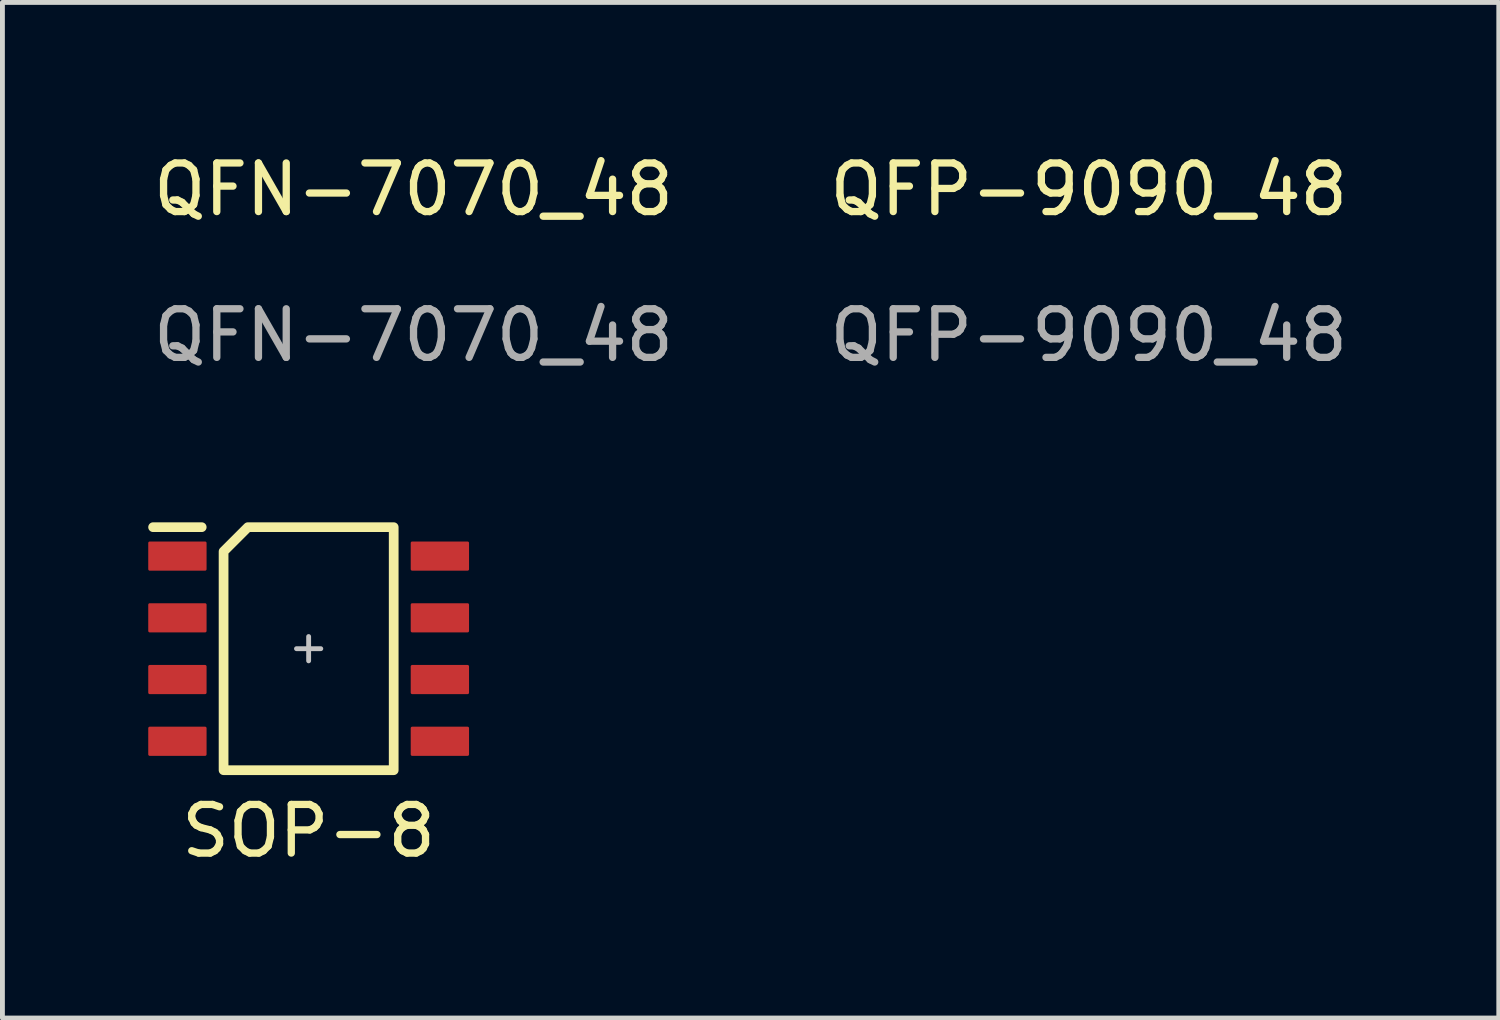
<source format=kicad_pcb>
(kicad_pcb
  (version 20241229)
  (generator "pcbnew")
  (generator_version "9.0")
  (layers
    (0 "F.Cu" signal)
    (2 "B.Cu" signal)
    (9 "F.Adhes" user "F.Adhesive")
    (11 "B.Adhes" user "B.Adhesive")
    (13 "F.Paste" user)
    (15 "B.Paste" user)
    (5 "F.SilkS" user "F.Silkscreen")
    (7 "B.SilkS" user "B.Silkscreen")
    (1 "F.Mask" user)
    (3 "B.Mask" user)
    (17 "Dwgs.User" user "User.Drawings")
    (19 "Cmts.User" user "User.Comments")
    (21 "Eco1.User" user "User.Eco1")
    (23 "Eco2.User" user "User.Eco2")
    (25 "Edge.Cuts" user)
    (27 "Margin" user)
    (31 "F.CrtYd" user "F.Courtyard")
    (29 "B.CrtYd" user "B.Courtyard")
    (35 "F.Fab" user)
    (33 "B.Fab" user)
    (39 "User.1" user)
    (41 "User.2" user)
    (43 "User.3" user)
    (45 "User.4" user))
  (footprint "SOP-8"
    (layer "F.Cu")
    (at 3.3 10.296)
    (property "Reference" "SOP-8" (at 0 3.75 0) (unlocked yes) (layer "F.SilkS") (effects (font (size 1 1) (thickness 0.15))))
    (attr smd)
    (fp_line (start -3.2 -2.5) (end -2.2 -2.5) (stroke (width 0.2) (type solid)) (layer "F.SilkS"))
    (fp_poly (pts (xy 1.75 2.5) (xy -1.75 2.5) (xy -1.75 -2) (xy -1.25 -2.5) (xy 1.75 -2.5)) (stroke (width 0.2) (type solid)) (fill no) (layer "F.SilkS"))
    (fp_line (start -0.25 0) (end 0.25 0) (stroke (width 0.1) (type solid)) (layer "Dwgs.User"))
    (fp_line (start 0 0.25) (end 0 -0.25) (stroke (width 0.1) (type solid)) (layer "Dwgs.User"))
    (pad "1" smd roundrect (at -2.7 -1.905) (size 1.2 0.6) (layers "F.Cu" "F.Mask" "F.Paste") (roundrect_rratio 0.05))
    (pad "2" smd roundrect (at -2.7 -0.635) (size 1.2 0.6) (layers "F.Cu" "F.Mask" "F.Paste") (roundrect_rratio 0.05))
    (pad "3" smd roundrect (at -2.7 0.635) (size 1.2 0.6) (layers "F.Cu" "F.Mask" "F.Paste") (roundrect_rratio 0.05))
    (pad "4" smd roundrect (at -2.7 1.905) (size 1.2 0.6) (layers "F.Cu" "F.Mask" "F.Paste") (roundrect_rratio 0.05))
    (pad "5" smd roundrect (at 2.7 1.905) (size 1.2 0.6) (layers "F.Cu" "F.Mask" "F.Paste") (roundrect_rratio 0.05))
    (pad "6" smd roundrect (at 2.7 0.635) (size 1.2 0.6) (layers "F.Cu" "F.Mask" "F.Paste") (roundrect_rratio 0.05))
    (pad "7" smd roundrect (at 2.7 -0.635) (size 1.2 0.6) (layers "F.Cu" "F.Mask" "F.Paste") (roundrect_rratio 0.05))
    (pad "8" smd roundrect (at 2.7 -1.905) (size 1.2 0.6) (layers "F.Cu" "F.Mask" "F.Paste") (roundrect_rratio 0.05)))
  (footprint "QFN-7070_48"
    (layer "F.Cu")
    (at 5.458 1.348)
    (property "Reference" "QFN-7070_48" (at 0 -0.5 0) (unlocked yes) (layer "F.SilkS") (effects (font (size 1 1) (thickness 0.15))))
    (attr smd)
    (fp_text user "${REFERENCE}" (at 0 2.5 0) (unlocked yes) (layer "F.Fab") (effects (font (size 1 1) (thickness 0.15)))))
  (footprint "QFP-9090_48"
    (layer "F.Cu")
    (at 19.351 1.348)
    (property "Reference" "QFP-9090_48" (at 0 -0.5 0) (unlocked yes) (layer "F.SilkS") (effects (font (size 1 1) (thickness 0.15))))
    (attr smd)
    (fp_text user "${REFERENCE}" (at 0 2.5 0) (unlocked yes) (layer "F.Fab") (effects (font (size 1 1) (thickness 0.15)))))
  (gr_rect
    (start -3 -3)
    (end 27.786 17.895)
    (stroke (width 0.1) (type default))
    (fill no)
    (layer "Edge.Cuts")))
</source>
